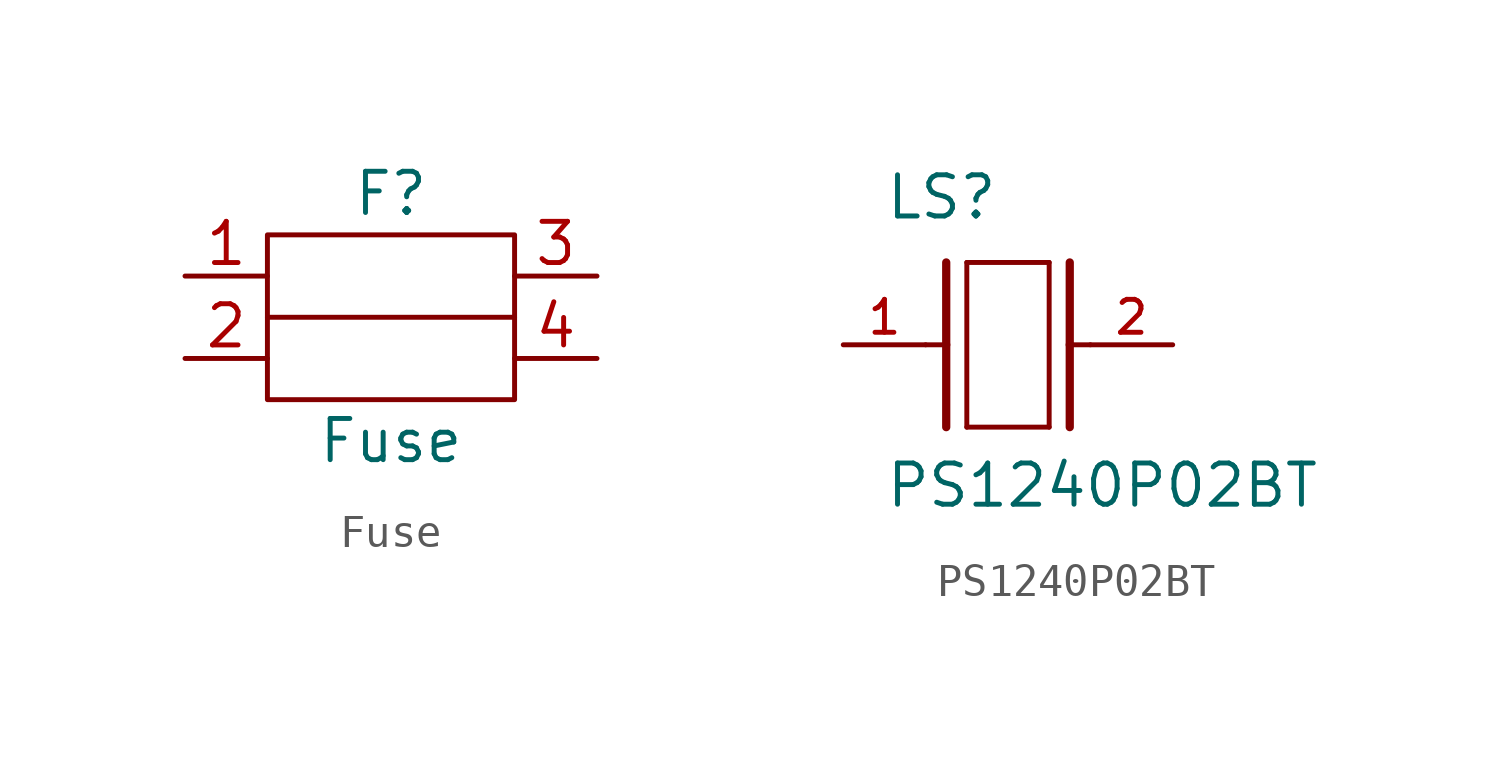
<source format=kicad_sym>
(kicad_symbol_lib
  (version 20220914)
  (generator kicad_symbol_editor)
  (symbol "Fuse"
    (property "Reference" "F"
      (at 0 3.81 0)
      (effects (font (size 1.27 1.27))))
    (property "Value" "Fuse"
      (at 0 -3.81 0)
      (effects (font (size 1.27 1.27))))
    (symbol "Fuse_0_1"
      (rectangle (start -3.81 2.54) (end 3.81 -2.54) (stroke (width 0) (type default)) (fill (type none)))
      (polyline (pts (xy -3.81 0) (xy 3.81 0)) (stroke (width 0) (type default)) (fill (type none))))
    (symbol "Fuse_1_1"
      (pin passive line (at -6.35 1.27 0) (length 2.54) (name "" (effects (font (size 1.27 1.27)))) (number "1" (effects (font (size 1.27 1.27)))))
      (pin passive line (at -6.35 -1.27 0) (length 2.54) (name "" (effects (font (size 1.27 1.27)))) (number "2" (effects (font (size 1.27 1.27)))))
      (pin passive line (at 6.35 1.27 180) (length 2.54) (name "" (effects (font (size 1.27 1.27)))) (number "3" (effects (font (size 1.27 1.27)))))
      (pin passive line (at 6.35 -1.27 180) (length 2.54) (name "" (effects (font (size 1.27 1.27)))) (number "4" (effects (font (size 1.27 1.27)))))))
  (symbol "PS1240P02BT"
    (pin_names
      (offset 1.016))
    (property "Reference" "LS"
      (at -3.81 3.81 0)
      (effects (font (size 1.27 1.27)) (justify left bottom)))
    (property "Value" "PS1240P02BT"
      (at -3.81 -5.08 0)
      (effects (font (size 1.27 1.27)) (justify left bottom)))
    (symbol "PS1240P02BT_0_0"
      (polyline (pts (xy -2.54 0) (xy -1.905 0)) (stroke (width 0.152) (type default)) (fill (type none)))
      (polyline (pts (xy -1.905 -2.54) (xy -1.905 0)) (stroke (width 0.254) (type default)) (fill (type none)))
      (polyline (pts (xy -1.905 0) (xy -1.905 2.54)) (stroke (width 0.254) (type default)) (fill (type none)))
      (polyline (pts (xy -1.27 -2.54) (xy 1.27 -2.54)) (stroke (width 0.152) (type default)) (fill (type none)))
      (polyline (pts (xy -1.27 2.54) (xy -1.27 -2.54)) (stroke (width 0.152) (type default)) (fill (type none)))
      (polyline (pts (xy 1.27 -2.54) (xy 1.27 2.54)) (stroke (width 0.152) (type default)) (fill (type none)))
      (polyline (pts (xy 1.27 2.54) (xy -1.27 2.54)) (stroke (width 0.152) (type default)) (fill (type none)))
      (polyline (pts (xy 1.905 0) (xy 1.905 -2.54)) (stroke (width 0.254) (type default)) (fill (type none)))
      (polyline (pts (xy 1.905 0) (xy 2.54 0)) (stroke (width 0.152) (type default)) (fill (type none)))
      (polyline (pts (xy 1.905 2.54) (xy 1.905 0)) (stroke (width 0.254) (type default)) (fill (type none)))
      (pin passive line (at -5.08 0 0) (length 2.54) (name "~" (effects (font (size 1.016 1.016)))) (number "1" (effects (font (size 1.016 1.016)))))
      (pin passive line (at 5.08 0 180) (length 2.54) (name "~" (effects (font (size 1.016 1.016)))) (number "2" (effects (font (size 1.016 1.016))))))))
</source>
